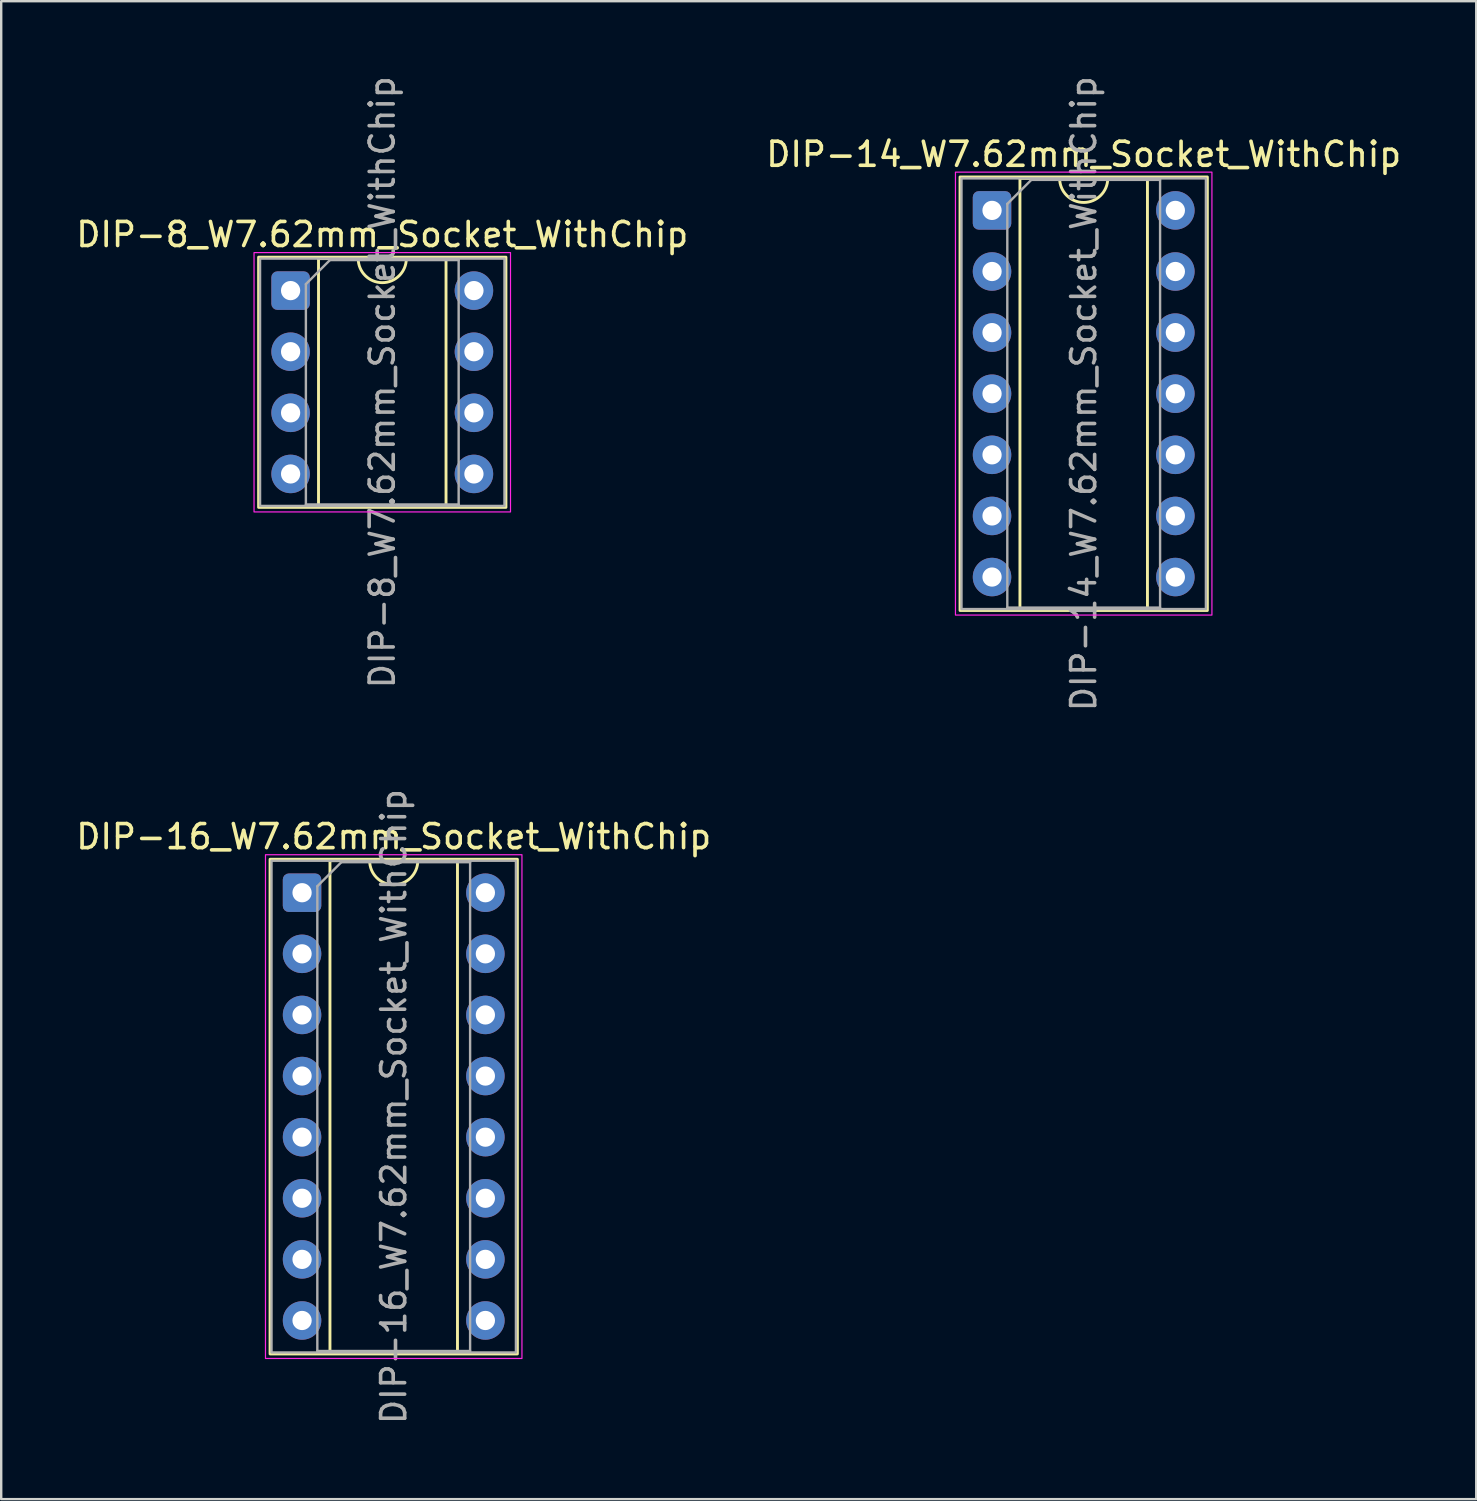
<source format=kicad_pcb>
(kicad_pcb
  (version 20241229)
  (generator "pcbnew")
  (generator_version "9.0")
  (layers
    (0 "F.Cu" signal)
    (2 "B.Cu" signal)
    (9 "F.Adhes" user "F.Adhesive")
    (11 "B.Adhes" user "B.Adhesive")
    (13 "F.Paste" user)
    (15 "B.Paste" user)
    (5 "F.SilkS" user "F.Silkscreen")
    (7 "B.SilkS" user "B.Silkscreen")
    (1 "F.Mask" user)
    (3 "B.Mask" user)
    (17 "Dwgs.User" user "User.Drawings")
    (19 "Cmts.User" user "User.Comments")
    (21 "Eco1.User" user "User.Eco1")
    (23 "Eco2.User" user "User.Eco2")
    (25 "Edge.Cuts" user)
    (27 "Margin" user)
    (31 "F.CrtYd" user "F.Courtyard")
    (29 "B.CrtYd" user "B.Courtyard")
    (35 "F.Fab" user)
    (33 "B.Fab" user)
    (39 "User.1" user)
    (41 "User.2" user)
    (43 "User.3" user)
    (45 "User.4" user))
  (footprint "DIP-8_W7.62mm_Socket_WithChip"
    (layer "F.Cu")
    (at 9.029 9.029)
    (property "Reference" "DIP-8_W7.62mm_Socket_WithChip" (at 3.81 -2.33 0) (layer "F.SilkS") (effects (font (size 1 1) (thickness 0.15))))
    (attr through_hole)
    (fp_line (start 1.16 -1.33) (end 1.16 8.95) (stroke (width 0.12) (type solid)) (layer "F.SilkS"))
    (fp_line (start 1.16 8.95) (end 6.46 8.95) (stroke (width 0.12) (type solid)) (layer "F.SilkS"))
    (fp_line (start 2.81 -1.33) (end 1.16 -1.33) (stroke (width 0.12) (type solid)) (layer "F.SilkS"))
    (fp_line (start 6.46 -1.33) (end 4.81 -1.33) (stroke (width 0.12) (type solid)) (layer "F.SilkS"))
    (fp_line (start 6.46 8.95) (end 6.46 -1.33) (stroke (width 0.12) (type solid)) (layer "F.SilkS"))
    (fp_rect (start -1.33 -1.39) (end 8.95 9.01) (stroke (width 0.12) (type solid)) (fill no) (layer "F.SilkS"))
    (fp_arc (start 4.81 -1.33) (mid 3.81 -0.33) (end 2.81 -1.33) (stroke (width 0.12) (type solid)) (layer "F.SilkS"))
    (fp_rect (start -1.52 -1.58) (end 9.14 9.2) (stroke (width 0.05) (type solid)) (fill no) (layer "F.CrtYd"))
    (fp_line (start 0.635 -0.27) (end 1.635 -1.27) (stroke (width 0.1) (type solid)) (layer "F.Fab"))
    (fp_line (start 0.635 8.89) (end 0.635 -0.27) (stroke (width 0.1) (type solid)) (layer "F.Fab"))
    (fp_line (start 1.635 -1.27) (end 6.985 -1.27) (stroke (width 0.1) (type solid)) (layer "F.Fab"))
    (fp_line (start 6.985 -1.27) (end 6.985 8.89) (stroke (width 0.1) (type solid)) (layer "F.Fab"))
    (fp_line (start 6.985 8.89) (end 0.635 8.89) (stroke (width 0.1) (type solid)) (layer "F.Fab"))
    (fp_rect (start -1.27 -1.33) (end 8.89 8.95) (stroke (width 0.1) (type solid)) (fill no) (layer "F.Fab"))
    (fp_text user "${REFERENCE}" (at 3.81 3.81 90) (layer "F.Fab") (effects (font (size 1 1) (thickness 0.15))))
    (pad "1" thru_hole roundrect (at 0 0) (size 1.6 1.6) (drill 0.8) (layers "*.Cu" "*.Mask") (roundrect_rratio 0.156))
    (pad "2" thru_hole circle (at 0 2.54) (size 1.6 1.6) (drill 0.8) (layers "*.Cu" "*.Mask"))
    (pad "3" thru_hole circle (at 0 5.08) (size 1.6 1.6) (drill 0.8) (layers "*.Cu" "*.Mask"))
    (pad "4" thru_hole circle (at 0 7.62) (size 1.6 1.6) (drill 0.8) (layers "*.Cu" "*.Mask"))
    (pad "5" thru_hole circle (at 7.62 7.62) (size 1.6 1.6) (drill 0.8) (layers "*.Cu" "*.Mask"))
    (pad "6" thru_hole circle (at 7.62 5.08) (size 1.6 1.6) (drill 0.8) (layers "*.Cu" "*.Mask"))
    (pad "7" thru_hole circle (at 7.62 2.54) (size 1.6 1.6) (drill 0.8) (layers "*.Cu" "*.Mask"))
    (pad "8" thru_hole circle (at 7.62 0) (size 1.6 1.6) (drill 0.8) (layers "*.Cu" "*.Mask")))
  (footprint "DIP-16_W7.62mm_Socket_WithChip"
    (layer "F.Cu")
    (at 9.505 34.056)
    (property "Reference" "DIP-16_W7.62mm_Socket_WithChip" (at 3.81 -2.33 0) (layer "F.SilkS") (effects (font (size 1 1) (thickness 0.15))))
    (attr through_hole)
    (fp_line (start 1.16 -1.33) (end 1.16 19.11) (stroke (width 0.12) (type solid)) (layer "F.SilkS"))
    (fp_line (start 1.16 19.11) (end 6.46 19.11) (stroke (width 0.12) (type solid)) (layer "F.SilkS"))
    (fp_line (start 2.81 -1.33) (end 1.16 -1.33) (stroke (width 0.12) (type solid)) (layer "F.SilkS"))
    (fp_line (start 6.46 -1.33) (end 4.81 -1.33) (stroke (width 0.12) (type solid)) (layer "F.SilkS"))
    (fp_line (start 6.46 19.11) (end 6.46 -1.33) (stroke (width 0.12) (type solid)) (layer "F.SilkS"))
    (fp_rect (start -1.33 -1.39) (end 8.95 19.17) (stroke (width 0.12) (type solid)) (fill no) (layer "F.SilkS"))
    (fp_arc (start 4.81 -1.33) (mid 3.81 -0.33) (end 2.81 -1.33) (stroke (width 0.12) (type solid)) (layer "F.SilkS"))
    (fp_rect (start -1.52 -1.58) (end 9.14 19.36) (stroke (width 0.05) (type solid)) (fill no) (layer "F.CrtYd"))
    (fp_line (start 0.635 -0.27) (end 1.635 -1.27) (stroke (width 0.1) (type solid)) (layer "F.Fab"))
    (fp_line (start 0.635 19.05) (end 0.635 -0.27) (stroke (width 0.1) (type solid)) (layer "F.Fab"))
    (fp_line (start 1.635 -1.27) (end 6.985 -1.27) (stroke (width 0.1) (type solid)) (layer "F.Fab"))
    (fp_line (start 6.985 -1.27) (end 6.985 19.05) (stroke (width 0.1) (type solid)) (layer "F.Fab"))
    (fp_line (start 6.985 19.05) (end 0.635 19.05) (stroke (width 0.1) (type solid)) (layer "F.Fab"))
    (fp_rect (start -1.27 -1.33) (end 8.89 19.11) (stroke (width 0.1) (type solid)) (fill no) (layer "F.Fab"))
    (fp_text user "${REFERENCE}" (at 3.81 8.89 90) (layer "F.Fab") (effects (font (size 1 1) (thickness 0.15))))
    (pad "1" thru_hole roundrect (at 0 0) (size 1.6 1.6) (drill 0.8) (layers "*.Cu" "*.Mask") (roundrect_rratio 0.156))
    (pad "2" thru_hole circle (at 0 2.54) (size 1.6 1.6) (drill 0.8) (layers "*.Cu" "*.Mask"))
    (pad "3" thru_hole circle (at 0 5.08) (size 1.6 1.6) (drill 0.8) (layers "*.Cu" "*.Mask"))
    (pad "4" thru_hole circle (at 0 7.62) (size 1.6 1.6) (drill 0.8) (layers "*.Cu" "*.Mask"))
    (pad "5" thru_hole circle (at 0 10.16) (size 1.6 1.6) (drill 0.8) (layers "*.Cu" "*.Mask"))
    (pad "6" thru_hole circle (at 0 12.7) (size 1.6 1.6) (drill 0.8) (layers "*.Cu" "*.Mask"))
    (pad "7" thru_hole circle (at 0 15.24) (size 1.6 1.6) (drill 0.8) (layers "*.Cu" "*.Mask"))
    (pad "8" thru_hole circle (at 0 17.78) (size 1.6 1.6) (drill 0.8) (layers "*.Cu" "*.Mask"))
    (pad "9" thru_hole circle (at 7.62 17.78) (size 1.6 1.6) (drill 0.8) (layers "*.Cu" "*.Mask"))
    (pad "10" thru_hole circle (at 7.62 15.24) (size 1.6 1.6) (drill 0.8) (layers "*.Cu" "*.Mask"))
    (pad "11" thru_hole circle (at 7.62 12.7) (size 1.6 1.6) (drill 0.8) (layers "*.Cu" "*.Mask"))
    (pad "12" thru_hole circle (at 7.62 10.16) (size 1.6 1.6) (drill 0.8) (layers "*.Cu" "*.Mask"))
    (pad "13" thru_hole circle (at 7.62 7.62) (size 1.6 1.6) (drill 0.8) (layers "*.Cu" "*.Mask"))
    (pad "14" thru_hole circle (at 7.62 5.08) (size 1.6 1.6) (drill 0.8) (layers "*.Cu" "*.Mask"))
    (pad "15" thru_hole circle (at 7.62 2.54) (size 1.6 1.6) (drill 0.8) (layers "*.Cu" "*.Mask"))
    (pad "16" thru_hole circle (at 7.62 0) (size 1.6 1.6) (drill 0.8) (layers "*.Cu" "*.Mask")))
  (footprint "DIP-14_W7.62mm_Socket_WithChip"
    (layer "F.Cu")
    (at 38.184 5.695)
    (property "Reference" "DIP-14_W7.62mm_Socket_WithChip" (at 3.81 -2.33 0) (layer "F.SilkS") (effects (font (size 1 1) (thickness 0.15))))
    (attr through_hole)
    (fp_line (start 1.16 -1.33) (end 1.16 16.57) (stroke (width 0.12) (type solid)) (layer "F.SilkS"))
    (fp_line (start 1.16 16.57) (end 6.46 16.57) (stroke (width 0.12) (type solid)) (layer "F.SilkS"))
    (fp_line (start 2.81 -1.33) (end 1.16 -1.33) (stroke (width 0.12) (type solid)) (layer "F.SilkS"))
    (fp_line (start 6.46 -1.33) (end 4.81 -1.33) (stroke (width 0.12) (type solid)) (layer "F.SilkS"))
    (fp_line (start 6.46 16.57) (end 6.46 -1.33) (stroke (width 0.12) (type solid)) (layer "F.SilkS"))
    (fp_rect (start -1.33 -1.39) (end 8.95 16.63) (stroke (width 0.12) (type solid)) (fill no) (layer "F.SilkS"))
    (fp_arc (start 4.81 -1.33) (mid 3.81 -0.33) (end 2.81 -1.33) (stroke (width 0.12) (type solid)) (layer "F.SilkS"))
    (fp_rect (start -1.52 -1.59) (end 9.14 16.82) (stroke (width 0.05) (type solid)) (fill no) (layer "F.CrtYd"))
    (fp_line (start 0.635 -0.27) (end 1.635 -1.27) (stroke (width 0.1) (type solid)) (layer "F.Fab"))
    (fp_line (start 0.635 16.51) (end 0.635 -0.27) (stroke (width 0.1) (type solid)) (layer "F.Fab"))
    (fp_line (start 1.635 -1.27) (end 6.985 -1.27) (stroke (width 0.1) (type solid)) (layer "F.Fab"))
    (fp_line (start 6.985 -1.27) (end 6.985 16.51) (stroke (width 0.1) (type solid)) (layer "F.Fab"))
    (fp_line (start 6.985 16.51) (end 0.635 16.51) (stroke (width 0.1) (type solid)) (layer "F.Fab"))
    (fp_rect (start -1.27 -1.33) (end 8.89 16.57) (stroke (width 0.1) (type solid)) (fill no) (layer "F.Fab"))
    (fp_text user "${REFERENCE}" (at 3.81 7.62 90) (layer "F.Fab") (effects (font (size 1 1) (thickness 0.15))))
    (pad "1" thru_hole roundrect (at 0 0) (size 1.6 1.6) (drill 0.8) (layers "*.Cu" "*.Mask") (roundrect_rratio 0.156))
    (pad "2" thru_hole circle (at 0 2.54) (size 1.6 1.6) (drill 0.8) (layers "*.Cu" "*.Mask"))
    (pad "3" thru_hole circle (at 0 5.08) (size 1.6 1.6) (drill 0.8) (layers "*.Cu" "*.Mask"))
    (pad "4" thru_hole circle (at 0 7.62) (size 1.6 1.6) (drill 0.8) (layers "*.Cu" "*.Mask"))
    (pad "5" thru_hole circle (at 0 10.16) (size 1.6 1.6) (drill 0.8) (layers "*.Cu" "*.Mask"))
    (pad "6" thru_hole circle (at 0 12.7) (size 1.6 1.6) (drill 0.8) (layers "*.Cu" "*.Mask"))
    (pad "7" thru_hole circle (at 0 15.24) (size 1.6 1.6) (drill 0.8) (layers "*.Cu" "*.Mask"))
    (pad "8" thru_hole circle (at 7.62 15.24) (size 1.6 1.6) (drill 0.8) (layers "*.Cu" "*.Mask"))
    (pad "9" thru_hole circle (at 7.62 12.7) (size 1.6 1.6) (drill 0.8) (layers "*.Cu" "*.Mask"))
    (pad "10" thru_hole circle (at 7.62 10.16) (size 1.6 1.6) (drill 0.8) (layers "*.Cu" "*.Mask"))
    (pad "11" thru_hole circle (at 7.62 7.62) (size 1.6 1.6) (drill 0.8) (layers "*.Cu" "*.Mask"))
    (pad "12" thru_hole circle (at 7.62 5.08) (size 1.6 1.6) (drill 0.8) (layers "*.Cu" "*.Mask"))
    (pad "13" thru_hole circle (at 7.62 2.54) (size 1.6 1.6) (drill 0.8) (layers "*.Cu" "*.Mask"))
    (pad "14" thru_hole circle (at 7.62 0) (size 1.6 1.6) (drill 0.8) (layers "*.Cu" "*.Mask")))
  (gr_rect
    (start -3 -3)
    (end 58.31 59.262)
    (stroke (width 0.1) (type default))
    (fill no)
    (layer "Edge.Cuts")))
</source>
